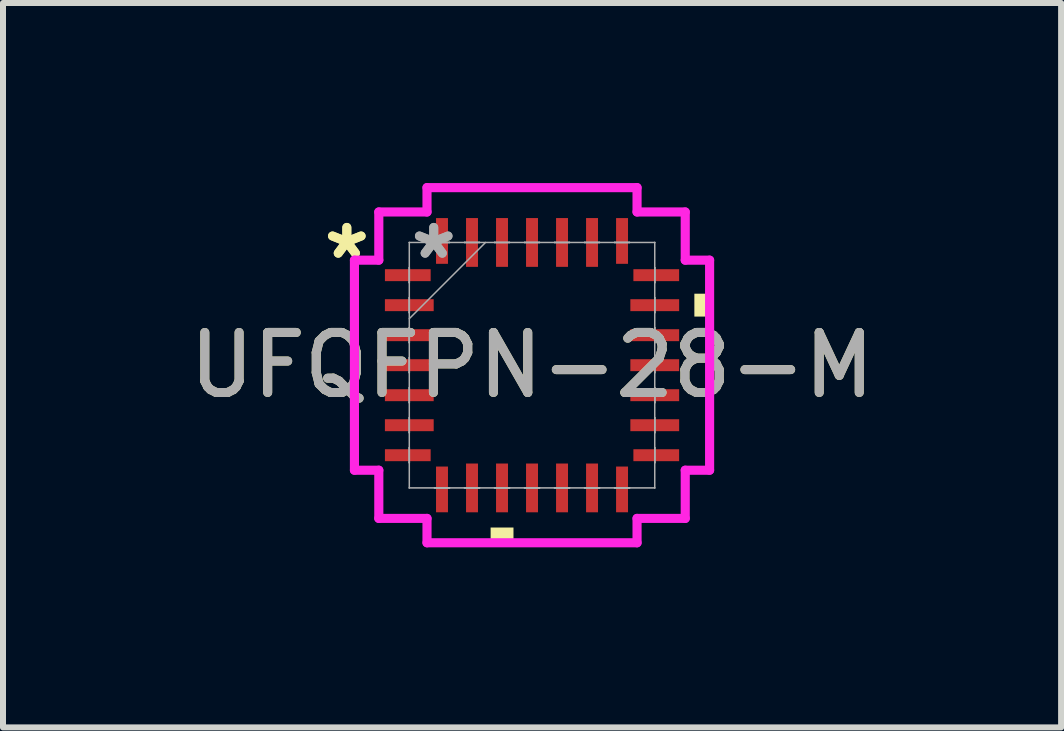
<source format=kicad_pcb>
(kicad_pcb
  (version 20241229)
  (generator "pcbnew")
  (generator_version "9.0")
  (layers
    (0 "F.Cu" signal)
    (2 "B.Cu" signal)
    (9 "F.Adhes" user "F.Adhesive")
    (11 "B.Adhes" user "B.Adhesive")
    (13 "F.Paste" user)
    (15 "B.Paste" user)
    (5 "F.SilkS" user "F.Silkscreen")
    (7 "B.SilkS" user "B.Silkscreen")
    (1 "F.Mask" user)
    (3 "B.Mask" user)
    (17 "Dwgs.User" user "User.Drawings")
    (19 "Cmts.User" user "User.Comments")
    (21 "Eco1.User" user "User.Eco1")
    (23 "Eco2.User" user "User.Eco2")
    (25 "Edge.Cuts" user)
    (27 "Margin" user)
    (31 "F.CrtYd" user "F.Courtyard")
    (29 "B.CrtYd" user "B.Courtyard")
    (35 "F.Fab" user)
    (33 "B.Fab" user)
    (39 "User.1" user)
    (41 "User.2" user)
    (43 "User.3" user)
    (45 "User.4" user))
  (footprint "UFQFPN-28-M"
    (layer "F.Cu")
    (at 5.815 3.035)
    (property "Reference" "UFQFPN-28-M" (at 0 0 0) (unlocked yes) (layer "F.SilkS") (effects (font (size 1 1) (thickness 0.15))))
    (attr smd)
    (fp_poly (pts (xy -0.69 2.705) (xy -0.69 2.959) (xy -0.309 2.959) (xy -0.309 2.705)) (stroke (width 0) (type solid)) (fill yes) (layer "F.SilkS"))
    (fp_poly (pts (xy 2.959 -1.191) (xy 2.959 -0.81) (xy 2.705 -0.81) (xy 2.705 -1.191)) (stroke (width 0) (type solid)) (fill yes) (layer "F.SilkS"))
    (fp_line (start -2.959 -1.75) (end -2.553 -1.75) (stroke (width 0.152) (type solid)) (layer "F.CrtYd"))
    (fp_line (start -2.959 1.75) (end -2.959 -1.75) (stroke (width 0.152) (type solid)) (layer "F.CrtYd"))
    (fp_line (start -2.553 -2.553) (end -1.75 -2.553) (stroke (width 0.152) (type solid)) (layer "F.CrtYd"))
    (fp_line (start -2.553 -1.75) (end -2.553 -2.553) (stroke (width 0.152) (type solid)) (layer "F.CrtYd"))
    (fp_line (start -2.553 1.75) (end -2.959 1.75) (stroke (width 0.152) (type solid)) (layer "F.CrtYd"))
    (fp_line (start -2.553 2.553) (end -2.553 1.75) (stroke (width 0.152) (type solid)) (layer "F.CrtYd"))
    (fp_line (start -1.75 -2.959) (end 1.75 -2.959) (stroke (width 0.152) (type solid)) (layer "F.CrtYd"))
    (fp_line (start -1.75 -2.553) (end -1.75 -2.959) (stroke (width 0.152) (type solid)) (layer "F.CrtYd"))
    (fp_line (start -1.75 2.553) (end -2.553 2.553) (stroke (width 0.152) (type solid)) (layer "F.CrtYd"))
    (fp_line (start -1.75 2.959) (end -1.75 2.553) (stroke (width 0.152) (type solid)) (layer "F.CrtYd"))
    (fp_line (start 1.75 -2.959) (end 1.75 -2.553) (stroke (width 0.152) (type solid)) (layer "F.CrtYd"))
    (fp_line (start 1.75 -2.553) (end 2.553 -2.553) (stroke (width 0.152) (type solid)) (layer "F.CrtYd"))
    (fp_line (start 1.75 2.553) (end 1.75 2.959) (stroke (width 0.152) (type solid)) (layer "F.CrtYd"))
    (fp_line (start 1.75 2.959) (end -1.75 2.959) (stroke (width 0.152) (type solid)) (layer "F.CrtYd"))
    (fp_line (start 2.553 -2.553) (end 2.553 -1.75) (stroke (width 0.152) (type solid)) (layer "F.CrtYd"))
    (fp_line (start 2.553 -1.75) (end 2.959 -1.75) (stroke (width 0.152) (type solid)) (layer "F.CrtYd"))
    (fp_line (start 2.553 1.75) (end 2.553 2.553) (stroke (width 0.152) (type solid)) (layer "F.CrtYd"))
    (fp_line (start 2.553 2.553) (end 1.75 2.553) (stroke (width 0.152) (type solid)) (layer "F.CrtYd"))
    (fp_line (start 2.959 -1.75) (end 2.959 1.75) (stroke (width 0.152) (type solid)) (layer "F.CrtYd"))
    (fp_line (start 2.959 1.75) (end 2.553 1.75) (stroke (width 0.152) (type solid)) (layer "F.CrtYd"))
    (fp_line (start -2.045 -2.045) (end -2.045 -2.045) (stroke (width 0.025) (type solid)) (layer "F.Fab"))
    (fp_line (start -2.045 -2.045) (end -2.045 2.045) (stroke (width 0.025) (type solid)) (layer "F.Fab"))
    (fp_line (start -2.045 -1.625) (end -2.045 -1.625) (stroke (width 0.025) (type solid)) (layer "F.Fab"))
    (fp_line (start -2.045 -1.625) (end -2.045 -1.375) (stroke (width 0.025) (type solid)) (layer "F.Fab"))
    (fp_line (start -2.045 -1.375) (end -2.045 -1.625) (stroke (width 0.025) (type solid)) (layer "F.Fab"))
    (fp_line (start -2.045 -1.375) (end -2.045 -1.375) (stroke (width 0.025) (type solid)) (layer "F.Fab"))
    (fp_line (start -2.045 -1.125) (end -2.045 -1.125) (stroke (width 0.025) (type solid)) (layer "F.Fab"))
    (fp_line (start -2.045 -1.125) (end -2.045 -0.875) (stroke (width 0.025) (type solid)) (layer "F.Fab"))
    (fp_line (start -2.045 -0.875) (end -2.045 -1.125) (stroke (width 0.025) (type solid)) (layer "F.Fab"))
    (fp_line (start -2.045 -0.875) (end -2.045 -0.875) (stroke (width 0.025) (type solid)) (layer "F.Fab"))
    (fp_line (start -2.045 -0.775) (end -0.775 -2.045) (stroke (width 0.025) (type solid)) (layer "F.Fab"))
    (fp_line (start -2.045 -0.625) (end -2.045 -0.625) (stroke (width 0.025) (type solid)) (layer "F.Fab"))
    (fp_line (start -2.045 -0.625) (end -2.045 -0.375) (stroke (width 0.025) (type solid)) (layer "F.Fab"))
    (fp_line (start -2.045 -0.375) (end -2.045 -0.625) (stroke (width 0.025) (type solid)) (layer "F.Fab"))
    (fp_line (start -2.045 -0.375) (end -2.045 -0.375) (stroke (width 0.025) (type solid)) (layer "F.Fab"))
    (fp_line (start -2.045 -0.125) (end -2.045 -0.125) (stroke (width 0.025) (type solid)) (layer "F.Fab"))
    (fp_line (start -2.045 -0.125) (end -2.045 0.125) (stroke (width 0.025) (type solid)) (layer "F.Fab"))
    (fp_line (start -2.045 0.125) (end -2.045 -0.125) (stroke (width 0.025) (type solid)) (layer "F.Fab"))
    (fp_line (start -2.045 0.125) (end -2.045 0.125) (stroke (width 0.025) (type solid)) (layer "F.Fab"))
    (fp_line (start -2.045 0.375) (end -2.045 0.375) (stroke (width 0.025) (type solid)) (layer "F.Fab"))
    (fp_line (start -2.045 0.375) (end -2.045 0.625) (stroke (width 0.025) (type solid)) (layer "F.Fab"))
    (fp_line (start -2.045 0.625) (end -2.045 0.375) (stroke (width 0.025) (type solid)) (layer "F.Fab"))
    (fp_line (start -2.045 0.625) (end -2.045 0.625) (stroke (width 0.025) (type solid)) (layer "F.Fab"))
    (fp_line (start -2.045 0.875) (end -2.045 0.875) (stroke (width 0.025) (type solid)) (layer "F.Fab"))
    (fp_line (start -2.045 0.875) (end -2.045 1.125) (stroke (width 0.025) (type solid)) (layer "F.Fab"))
    (fp_line (start -2.045 1.125) (end -2.045 0.875) (stroke (width 0.025) (type solid)) (layer "F.Fab"))
    (fp_line (start -2.045 1.125) (end -2.045 1.125) (stroke (width 0.025) (type solid)) (layer "F.Fab"))
    (fp_line (start -2.045 1.375) (end -2.045 1.375) (stroke (width 0.025) (type solid)) (layer "F.Fab"))
    (fp_line (start -2.045 1.375) (end -2.045 1.625) (stroke (width 0.025) (type solid)) (layer "F.Fab"))
    (fp_line (start -2.045 1.625) (end -2.045 1.375) (stroke (width 0.025) (type solid)) (layer "F.Fab"))
    (fp_line (start -2.045 1.625) (end -2.045 1.625) (stroke (width 0.025) (type solid)) (layer "F.Fab"))
    (fp_line (start -2.045 2.045) (end -2.045 2.045) (stroke (width 0.025) (type solid)) (layer "F.Fab"))
    (fp_line (start -2.045 2.045) (end 2.045 2.045) (stroke (width 0.025) (type solid)) (layer "F.Fab"))
    (fp_line (start -1.625 -2.045) (end -1.625 -2.045) (stroke (width 0.025) (type solid)) (layer "F.Fab"))
    (fp_line (start -1.625 -2.045) (end -1.375 -2.045) (stroke (width 0.025) (type solid)) (layer "F.Fab"))
    (fp_line (start -1.625 2.045) (end -1.625 2.045) (stroke (width 0.025) (type solid)) (layer "F.Fab"))
    (fp_line (start -1.625 2.045) (end -1.375 2.045) (stroke (width 0.025) (type solid)) (layer "F.Fab"))
    (fp_line (start -1.375 -2.045) (end -1.625 -2.045) (stroke (width 0.025) (type solid)) (layer "F.Fab"))
    (fp_line (start -1.375 -2.045) (end -1.375 -2.045) (stroke (width 0.025) (type solid)) (layer "F.Fab"))
    (fp_line (start -1.375 2.045) (end -1.625 2.045) (stroke (width 0.025) (type solid)) (layer "F.Fab"))
    (fp_line (start -1.375 2.045) (end -1.375 2.045) (stroke (width 0.025) (type solid)) (layer "F.Fab"))
    (fp_line (start -1.125 -2.045) (end -1.125 -2.045) (stroke (width 0.025) (type solid)) (layer "F.Fab"))
    (fp_line (start -1.125 -2.045) (end -0.875 -2.045) (stroke (width 0.025) (type solid)) (layer "F.Fab"))
    (fp_line (start -1.125 2.045) (end -1.125 2.045) (stroke (width 0.025) (type solid)) (layer "F.Fab"))
    (fp_line (start -1.125 2.045) (end -0.875 2.045) (stroke (width 0.025) (type solid)) (layer "F.Fab"))
    (fp_line (start -0.875 -2.045) (end -1.125 -2.045) (stroke (width 0.025) (type solid)) (layer "F.Fab"))
    (fp_line (start -0.875 -2.045) (end -0.875 -2.045) (stroke (width 0.025) (type solid)) (layer "F.Fab"))
    (fp_line (start -0.875 2.045) (end -1.125 2.045) (stroke (width 0.025) (type solid)) (layer "F.Fab"))
    (fp_line (start -0.875 2.045) (end -0.875 2.045) (stroke (width 0.025) (type solid)) (layer "F.Fab"))
    (fp_line (start -0.625 -2.045) (end -0.625 -2.045) (stroke (width 0.025) (type solid)) (layer "F.Fab"))
    (fp_line (start -0.625 -2.045) (end -0.375 -2.045) (stroke (width 0.025) (type solid)) (layer "F.Fab"))
    (fp_line (start -0.625 2.045) (end -0.625 2.045) (stroke (width 0.025) (type solid)) (layer "F.Fab"))
    (fp_line (start -0.625 2.045) (end -0.375 2.045) (stroke (width 0.025) (type solid)) (layer "F.Fab"))
    (fp_line (start -0.375 -2.045) (end -0.625 -2.045) (stroke (width 0.025) (type solid)) (layer "F.Fab"))
    (fp_line (start -0.375 -2.045) (end -0.375 -2.045) (stroke (width 0.025) (type solid)) (layer "F.Fab"))
    (fp_line (start -0.375 2.045) (end -0.625 2.045) (stroke (width 0.025) (type solid)) (layer "F.Fab"))
    (fp_line (start -0.375 2.045) (end -0.375 2.045) (stroke (width 0.025) (type solid)) (layer "F.Fab"))
    (fp_line (start -0.125 -2.045) (end -0.125 -2.045) (stroke (width 0.025) (type solid)) (layer "F.Fab"))
    (fp_line (start -0.125 -2.045) (end 0.125 -2.045) (stroke (width 0.025) (type solid)) (layer "F.Fab"))
    (fp_line (start -0.125 2.045) (end -0.125 2.045) (stroke (width 0.025) (type solid)) (layer "F.Fab"))
    (fp_line (start -0.125 2.045) (end 0.125 2.045) (stroke (width 0.025) (type solid)) (layer "F.Fab"))
    (fp_line (start 0.125 -2.045) (end -0.125 -2.045) (stroke (width 0.025) (type solid)) (layer "F.Fab"))
    (fp_line (start 0.125 -2.045) (end 0.125 -2.045) (stroke (width 0.025) (type solid)) (layer "F.Fab"))
    (fp_line (start 0.125 2.045) (end -0.125 2.045) (stroke (width 0.025) (type solid)) (layer "F.Fab"))
    (fp_line (start 0.125 2.045) (end 0.125 2.045) (stroke (width 0.025) (type solid)) (layer "F.Fab"))
    (fp_line (start 0.375 -2.045) (end 0.375 -2.045) (stroke (width 0.025) (type solid)) (layer "F.Fab"))
    (fp_line (start 0.375 -2.045) (end 0.625 -2.045) (stroke (width 0.025) (type solid)) (layer "F.Fab"))
    (fp_line (start 0.375 2.045) (end 0.375 2.045) (stroke (width 0.025) (type solid)) (layer "F.Fab"))
    (fp_line (start 0.375 2.045) (end 0.625 2.045) (stroke (width 0.025) (type solid)) (layer "F.Fab"))
    (fp_line (start 0.625 -2.045) (end 0.375 -2.045) (stroke (width 0.025) (type solid)) (layer "F.Fab"))
    (fp_line (start 0.625 -2.045) (end 0.625 -2.045) (stroke (width 0.025) (type solid)) (layer "F.Fab"))
    (fp_line (start 0.625 2.045) (end 0.375 2.045) (stroke (width 0.025) (type solid)) (layer "F.Fab"))
    (fp_line (start 0.625 2.045) (end 0.625 2.045) (stroke (width 0.025) (type solid)) (layer "F.Fab"))
    (fp_line (start 0.875 -2.045) (end 0.875 -2.045) (stroke (width 0.025) (type solid)) (layer "F.Fab"))
    (fp_line (start 0.875 -2.045) (end 1.125 -2.045) (stroke (width 0.025) (type solid)) (layer "F.Fab"))
    (fp_line (start 0.875 2.045) (end 0.875 2.045) (stroke (width 0.025) (type solid)) (layer "F.Fab"))
    (fp_line (start 0.875 2.045) (end 1.125 2.045) (stroke (width 0.025) (type solid)) (layer "F.Fab"))
    (fp_line (start 1.125 -2.045) (end 0.875 -2.045) (stroke (width 0.025) (type solid)) (layer "F.Fab"))
    (fp_line (start 1.125 -2.045) (end 1.125 -2.045) (stroke (width 0.025) (type solid)) (layer "F.Fab"))
    (fp_line (start 1.125 2.045) (end 0.875 2.045) (stroke (width 0.025) (type solid)) (layer "F.Fab"))
    (fp_line (start 1.125 2.045) (end 1.125 2.045) (stroke (width 0.025) (type solid)) (layer "F.Fab"))
    (fp_line (start 1.375 -2.045) (end 1.375 -2.045) (stroke (width 0.025) (type solid)) (layer "F.Fab"))
    (fp_line (start 1.375 -2.045) (end 1.625 -2.045) (stroke (width 0.025) (type solid)) (layer "F.Fab"))
    (fp_line (start 1.375 2.045) (end 1.375 2.045) (stroke (width 0.025) (type solid)) (layer "F.Fab"))
    (fp_line (start 1.375 2.045) (end 1.625 2.045) (stroke (width 0.025) (type solid)) (layer "F.Fab"))
    (fp_line (start 1.625 -2.045) (end 1.375 -2.045) (stroke (width 0.025) (type solid)) (layer "F.Fab"))
    (fp_line (start 1.625 -2.045) (end 1.625 -2.045) (stroke (width 0.025) (type solid)) (layer "F.Fab"))
    (fp_line (start 1.625 2.045) (end 1.375 2.045) (stroke (width 0.025) (type solid)) (layer "F.Fab"))
    (fp_line (start 1.625 2.045) (end 1.625 2.045) (stroke (width 0.025) (type solid)) (layer "F.Fab"))
    (fp_line (start 2.045 -2.045) (end -2.045 -2.045) (stroke (width 0.025) (type solid)) (layer "F.Fab"))
    (fp_line (start 2.045 -2.045) (end 2.045 -2.045) (stroke (width 0.025) (type solid)) (layer "F.Fab"))
    (fp_line (start 2.045 -1.625) (end 2.045 -1.625) (stroke (width 0.025) (type solid)) (layer "F.Fab"))
    (fp_line (start 2.045 -1.625) (end 2.045 -1.375) (stroke (width 0.025) (type solid)) (layer "F.Fab"))
    (fp_line (start 2.045 -1.375) (end 2.045 -1.625) (stroke (width 0.025) (type solid)) (layer "F.Fab"))
    (fp_line (start 2.045 -1.375) (end 2.045 -1.375) (stroke (width 0.025) (type solid)) (layer "F.Fab"))
    (fp_line (start 2.045 -1.125) (end 2.045 -1.125) (stroke (width 0.025) (type solid)) (layer "F.Fab"))
    (fp_line (start 2.045 -1.125) (end 2.045 -0.875) (stroke (width 0.025) (type solid)) (layer "F.Fab"))
    (fp_line (start 2.045 -0.875) (end 2.045 -1.125) (stroke (width 0.025) (type solid)) (layer "F.Fab"))
    (fp_line (start 2.045 -0.875) (end 2.045 -0.875) (stroke (width 0.025) (type solid)) (layer "F.Fab"))
    (fp_line (start 2.045 -0.625) (end 2.045 -0.625) (stroke (width 0.025) (type solid)) (layer "F.Fab"))
    (fp_line (start 2.045 -0.625) (end 2.045 -0.375) (stroke (width 0.025) (type solid)) (layer "F.Fab"))
    (fp_line (start 2.045 -0.375) (end 2.045 -0.625) (stroke (width 0.025) (type solid)) (layer "F.Fab"))
    (fp_line (start 2.045 -0.375) (end 2.045 -0.375) (stroke (width 0.025) (type solid)) (layer "F.Fab"))
    (fp_line (start 2.045 -0.125) (end 2.045 -0.125) (stroke (width 0.025) (type solid)) (layer "F.Fab"))
    (fp_line (start 2.045 -0.125) (end 2.045 0.125) (stroke (width 0.025) (type solid)) (layer "F.Fab"))
    (fp_line (start 2.045 0.125) (end 2.045 -0.125) (stroke (width 0.025) (type solid)) (layer "F.Fab"))
    (fp_line (start 2.045 0.125) (end 2.045 0.125) (stroke (width 0.025) (type solid)) (layer "F.Fab"))
    (fp_line (start 2.045 0.375) (end 2.045 0.375) (stroke (width 0.025) (type solid)) (layer "F.Fab"))
    (fp_line (start 2.045 0.375) (end 2.045 0.625) (stroke (width 0.025) (type solid)) (layer "F.Fab"))
    (fp_line (start 2.045 0.625) (end 2.045 0.375) (stroke (width 0.025) (type solid)) (layer "F.Fab"))
    (fp_line (start 2.045 0.625) (end 2.045 0.625) (stroke (width 0.025) (type solid)) (layer "F.Fab"))
    (fp_line (start 2.045 0.875) (end 2.045 0.875) (stroke (width 0.025) (type solid)) (layer "F.Fab"))
    (fp_line (start 2.045 0.875) (end 2.045 1.125) (stroke (width 0.025) (type solid)) (layer "F.Fab"))
    (fp_line (start 2.045 1.125) (end 2.045 0.875) (stroke (width 0.025) (type solid)) (layer "F.Fab"))
    (fp_line (start 2.045 1.125) (end 2.045 1.125) (stroke (width 0.025) (type solid)) (layer "F.Fab"))
    (fp_line (start 2.045 1.375) (end 2.045 1.375) (stroke (width 0.025) (type solid)) (layer "F.Fab"))
    (fp_line (start 2.045 1.375) (end 2.045 1.625) (stroke (width 0.025) (type solid)) (layer "F.Fab"))
    (fp_line (start 2.045 1.625) (end 2.045 1.375) (stroke (width 0.025) (type solid)) (layer "F.Fab"))
    (fp_line (start 2.045 1.625) (end 2.045 1.625) (stroke (width 0.025) (type solid)) (layer "F.Fab"))
    (fp_line (start 2.045 2.045) (end 2.045 -2.045) (stroke (width 0.025) (type solid)) (layer "F.Fab"))
    (fp_line (start 2.045 2.045) (end 2.045 2.045) (stroke (width 0.025) (type solid)) (layer "F.Fab"))
    (fp_text user "*" (at -3.086 -1.75 0) (unlocked yes) (layer "F.SilkS") (effects (font (size 1 1) (thickness 0.15))))
    (fp_text user "*" (at -3.086 -1.75 0) (layer "F.SilkS") (effects (font (size 1 1) (thickness 0.15))))
    (fp_text user "*" (at -1.638 -1.75 0) (layer "F.Fab") (effects (font (size 1 1) (thickness 0.15))))
    (fp_text user "*" (at -1.638 -1.75 0) (unlocked yes) (layer "F.Fab") (effects (font (size 1 1) (thickness 0.15))))
    (fp_text user "${REFERENCE}" (at 0 0 0) (unlocked yes) (layer "F.Fab") (effects (font (size 1 1) (thickness 0.15))))
    (pad "1" smd rect (at -2.07 -1.5 90) (size 0.199 0.762) (layers "F.Cu" "F.Mask" "F.Paste"))
    (pad "2" smd rect (at -2.045 -1 90) (size 0.199 0.813) (layers "F.Cu" "F.Mask" "F.Paste"))
    (pad "3" smd rect (at -2.045 -0.5 90) (size 0.199 0.813) (layers "F.Cu" "F.Mask" "F.Paste"))
    (pad "4" smd rect (at -2.045 0 90) (size 0.199 0.813) (layers "F.Cu" "F.Mask" "F.Paste"))
    (pad "5" smd rect (at -2.045 0.5 90) (size 0.199 0.813) (layers "F.Cu" "F.Mask" "F.Paste"))
    (pad "6" smd rect (at -2.045 1 90) (size 0.199 0.813) (layers "F.Cu" "F.Mask" "F.Paste"))
    (pad "7" smd rect (at -2.07 1.5 90) (size 0.199 0.762) (layers "F.Cu" "F.Mask" "F.Paste"))
    (pad "8" smd rect (at -1.5 2.07) (size 0.199 0.762) (layers "F.Cu" "F.Mask" "F.Paste"))
    (pad "9" smd rect (at -1 2.045) (size 0.199 0.813) (layers "F.Cu" "F.Mask" "F.Paste"))
    (pad "10" smd rect (at -0.5 2.045) (size 0.199 0.813) (layers "F.Cu" "F.Mask" "F.Paste"))
    (pad "11" smd rect (at 0 2.045) (size 0.199 0.813) (layers "F.Cu" "F.Mask" "F.Paste"))
    (pad "12" smd rect (at 0.5 2.045) (size 0.199 0.813) (layers "F.Cu" "F.Mask" "F.Paste"))
    (pad "13" smd rect (at 1 2.045) (size 0.199 0.813) (layers "F.Cu" "F.Mask" "F.Paste"))
    (pad "14" smd rect (at 1.5 2.07) (size 0.199 0.762) (layers "F.Cu" "F.Mask" "F.Paste"))
    (pad "15" smd rect (at 2.07 1.5 90) (size 0.199 0.762) (layers "F.Cu" "F.Mask" "F.Paste"))
    (pad "16" smd rect (at 2.045 1 90) (size 0.199 0.813) (layers "F.Cu" "F.Mask" "F.Paste"))
    (pad "17" smd rect (at 2.045 0.5 90) (size 0.199 0.813) (layers "F.Cu" "F.Mask" "F.Paste"))
    (pad "18" smd rect (at 2.045 0 90) (size 0.199 0.813) (layers "F.Cu" "F.Mask" "F.Paste"))
    (pad "19" smd rect (at 2.045 -0.5 90) (size 0.199 0.813) (layers "F.Cu" "F.Mask" "F.Paste"))
    (pad "20" smd rect (at 2.045 -1 90) (size 0.199 0.813) (layers "F.Cu" "F.Mask" "F.Paste"))
    (pad "21" smd rect (at 2.07 -1.5 90) (size 0.199 0.762) (layers "F.Cu" "F.Mask" "F.Paste"))
    (pad "22" smd rect (at 1.5 -2.07) (size 0.199 0.762) (layers "F.Cu" "F.Mask" "F.Paste"))
    (pad "23" smd rect (at 1 -2.045) (size 0.199 0.813) (layers "F.Cu" "F.Mask" "F.Paste"))
    (pad "24" smd rect (at 0.5 -2.045) (size 0.199 0.813) (layers "F.Cu" "F.Mask" "F.Paste"))
    (pad "25" smd rect (at 0 -2.045) (size 0.199 0.813) (layers "F.Cu" "F.Mask" "F.Paste"))
    (pad "26" smd rect (at -0.5 -2.045) (size 0.199 0.813) (layers "F.Cu" "F.Mask" "F.Paste"))
    (pad "27" smd rect (at -1 -2.045) (size 0.199 0.813) (layers "F.Cu" "F.Mask" "F.Paste"))
    (pad "28" smd rect (at -1.5 -2.07) (size 0.199 0.762) (layers "F.Cu" "F.Mask" "F.Paste")))
  (gr_rect
    (start -3 -3)
    (end 14.631 9.071)
    (stroke (width 0.1) (type default))
    (fill no)
    (layer "Edge.Cuts")))
</source>
